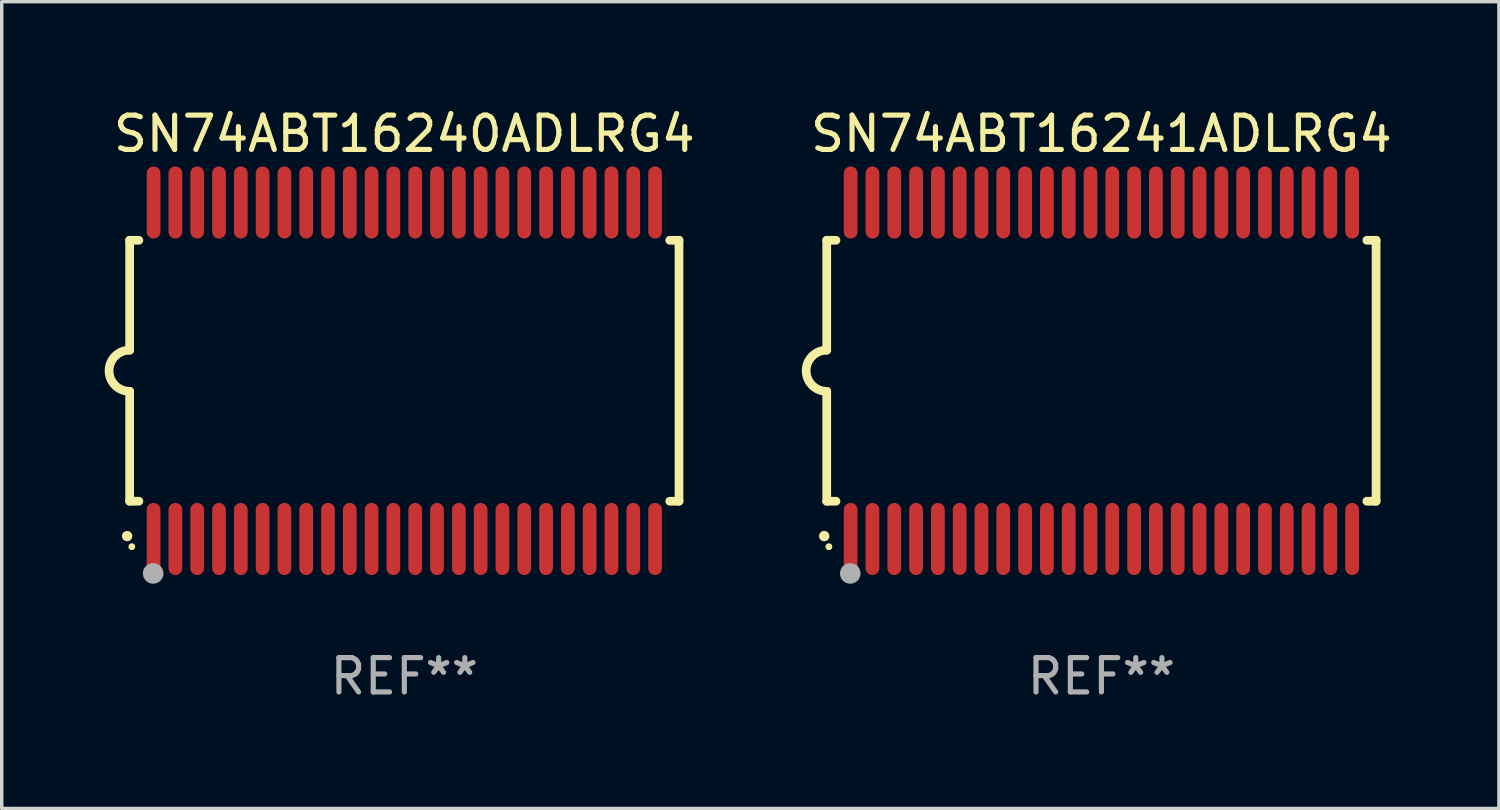
<source format=kicad_pcb>
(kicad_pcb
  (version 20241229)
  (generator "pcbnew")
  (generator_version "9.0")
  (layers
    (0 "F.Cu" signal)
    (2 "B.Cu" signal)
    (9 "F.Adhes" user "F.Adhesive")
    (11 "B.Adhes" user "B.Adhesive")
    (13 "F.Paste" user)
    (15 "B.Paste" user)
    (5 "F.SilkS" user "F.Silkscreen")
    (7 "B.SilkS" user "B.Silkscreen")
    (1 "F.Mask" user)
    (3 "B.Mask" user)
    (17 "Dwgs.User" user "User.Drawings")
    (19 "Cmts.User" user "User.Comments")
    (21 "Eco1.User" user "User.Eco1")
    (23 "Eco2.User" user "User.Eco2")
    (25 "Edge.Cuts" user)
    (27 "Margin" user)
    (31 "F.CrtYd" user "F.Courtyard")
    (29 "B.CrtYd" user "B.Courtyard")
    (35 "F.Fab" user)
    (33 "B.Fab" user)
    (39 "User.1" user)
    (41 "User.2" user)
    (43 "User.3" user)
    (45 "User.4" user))
  (footprint "SN74ABT16241ADLRG4"
    (layer "F.Cu")
    (at 29.029 7.748)
    (property "Reference" "SN74ABT16241ADLRG4" (at 0 -6.9 0) (layer "F.SilkS") (effects (font (size 1 1) (thickness 0.15))))
    (attr through_hole)
    (fp_line (start -8 -3.8) (end -8 -0.599) (stroke (width 0.254) (type solid)) (layer "F.SilkS"))
    (fp_line (start -8 -3.8) (end -7.731 -3.8) (stroke (width 0.254) (type solid)) (layer "F.SilkS"))
    (fp_line (start -8 3.8) (end -8 0.599) (stroke (width 0.254) (type solid)) (layer "F.SilkS"))
    (fp_line (start -7.731 3.8) (end -8 3.8) (stroke (width 0.254) (type solid)) (layer "F.SilkS"))
    (fp_line (start 7.731 -3.8) (end 8 -3.8) (stroke (width 0.254) (type solid)) (layer "F.SilkS"))
    (fp_line (start 8 -3.8) (end 8 3.8) (stroke (width 0.254) (type solid)) (layer "F.SilkS"))
    (fp_line (start 8 3.8) (end 7.731 3.8) (stroke (width 0.254) (type solid)) (layer "F.SilkS"))
    (fp_arc (start -8.074676 4.81585) (mid -8.073406 4.815845) (end -8.072136 4.81585) (stroke (width 0.3) (type solid)) (layer "F.SilkS"))
    (fp_arc (start -8.000025 0.6) (mid -8.598908 0.00056) (end -8.000027 -0.598882) (stroke (width 0.254001) (type solid)) (layer "F.SilkS"))
    (fp_circle (center -7.937 5.125) (end -7.887 5.125) (stroke (width 0.1) (type solid)) (fill no) (layer "F.SilkS"))
    (fp_circle (center -7.315 5.903) (end -7.165 5.903) (stroke (width 0.3) (type solid)) (fill no) (layer "F.Fab"))
    (fp_text user "REF**" (at 0 8.9 0) (layer "F.Fab") (effects (font (size 1 1) (thickness 0.15))))
    (pad "1" smd oval (at -7.303 4.9) (size 0.4 2.1) (layers "F.Cu" "F.Mask" "F.Paste"))
    (pad "2" smd oval (at -6.668 4.9) (size 0.4 2.1) (layers "F.Cu" "F.Mask" "F.Paste"))
    (pad "3" smd oval (at -6.033 4.9) (size 0.4 2.1) (layers "F.Cu" "F.Mask" "F.Paste"))
    (pad "4" smd oval (at -5.398 4.9) (size 0.4 2.1) (layers "F.Cu" "F.Mask" "F.Paste"))
    (pad "5" smd oval (at -4.763 4.9) (size 0.4 2.1) (layers "F.Cu" "F.Mask" "F.Paste"))
    (pad "6" smd oval (at -4.128 4.9) (size 0.4 2.1) (layers "F.Cu" "F.Mask" "F.Paste"))
    (pad "7" smd oval (at -3.493 4.9) (size 0.4 2.1) (layers "F.Cu" "F.Mask" "F.Paste"))
    (pad "8" smd oval (at -2.858 4.9) (size 0.4 2.1) (layers "F.Cu" "F.Mask" "F.Paste"))
    (pad "9" smd oval (at -2.223 4.9) (size 0.4 2.1) (layers "F.Cu" "F.Mask" "F.Paste"))
    (pad "10" smd oval (at -1.588 4.9) (size 0.4 2.1) (layers "F.Cu" "F.Mask" "F.Paste"))
    (pad "11" smd oval (at -0.953 4.9) (size 0.4 2.1) (layers "F.Cu" "F.Mask" "F.Paste"))
    (pad "12" smd oval (at -0.318 4.9) (size 0.4 2.1) (layers "F.Cu" "F.Mask" "F.Paste"))
    (pad "13" smd oval (at 0.318 4.9) (size 0.4 2.1) (layers "F.Cu" "F.Mask" "F.Paste"))
    (pad "14" smd oval (at 0.953 4.9) (size 0.4 2.1) (layers "F.Cu" "F.Mask" "F.Paste"))
    (pad "15" smd oval (at 1.588 4.9) (size 0.4 2.1) (layers "F.Cu" "F.Mask" "F.Paste"))
    (pad "16" smd oval (at 2.223 4.9) (size 0.4 2.1) (layers "F.Cu" "F.Mask" "F.Paste"))
    (pad "17" smd oval (at 2.858 4.9) (size 0.4 2.1) (layers "F.Cu" "F.Mask" "F.Paste"))
    (pad "18" smd oval (at 3.493 4.9) (size 0.4 2.1) (layers "F.Cu" "F.Mask" "F.Paste"))
    (pad "19" smd oval (at 4.128 4.9) (size 0.4 2.1) (layers "F.Cu" "F.Mask" "F.Paste"))
    (pad "20" smd oval (at 4.763 4.9) (size 0.4 2.1) (layers "F.Cu" "F.Mask" "F.Paste"))
    (pad "21" smd oval (at 5.398 4.9) (size 0.4 2.1) (layers "F.Cu" "F.Mask" "F.Paste"))
    (pad "22" smd oval (at 6.033 4.9) (size 0.4 2.1) (layers "F.Cu" "F.Mask" "F.Paste"))
    (pad "23" smd oval (at 6.668 4.9) (size 0.4 2.1) (layers "F.Cu" "F.Mask" "F.Paste"))
    (pad "24" smd oval (at 7.303 4.9) (size 0.4 2.1) (layers "F.Cu" "F.Mask" "F.Paste"))
    (pad "25" smd oval (at 7.303 -4.9 180) (size 0.4 2.1) (layers "F.Cu" "F.Mask" "F.Paste"))
    (pad "26" smd oval (at 6.668 -4.9 180) (size 0.4 2.1) (layers "F.Cu" "F.Mask" "F.Paste"))
    (pad "27" smd oval (at 6.033 -4.9 180) (size 0.4 2.1) (layers "F.Cu" "F.Mask" "F.Paste"))
    (pad "28" smd oval (at 5.398 -4.9 180) (size 0.4 2.1) (layers "F.Cu" "F.Mask" "F.Paste"))
    (pad "29" smd oval (at 4.763 -4.9 180) (size 0.4 2.1) (layers "F.Cu" "F.Mask" "F.Paste"))
    (pad "30" smd oval (at 4.128 -4.9 180) (size 0.4 2.1) (layers "F.Cu" "F.Mask" "F.Paste"))
    (pad "31" smd oval (at 3.493 -4.9 180) (size 0.4 2.1) (layers "F.Cu" "F.Mask" "F.Paste"))
    (pad "32" smd oval (at 2.858 -4.9 180) (size 0.4 2.1) (layers "F.Cu" "F.Mask" "F.Paste"))
    (pad "33" smd oval (at 2.223 -4.9 180) (size 0.4 2.1) (layers "F.Cu" "F.Mask" "F.Paste"))
    (pad "34" smd oval (at 1.588 -4.9 180) (size 0.4 2.1) (layers "F.Cu" "F.Mask" "F.Paste"))
    (pad "35" smd oval (at 0.953 -4.9 180) (size 0.4 2.1) (layers "F.Cu" "F.Mask" "F.Paste"))
    (pad "36" smd oval (at 0.318 -4.9 180) (size 0.4 2.1) (layers "F.Cu" "F.Mask" "F.Paste"))
    (pad "37" smd oval (at -0.318 -4.9 180) (size 0.4 2.1) (layers "F.Cu" "F.Mask" "F.Paste"))
    (pad "38" smd oval (at -0.953 -4.9 180) (size 0.4 2.1) (layers "F.Cu" "F.Mask" "F.Paste"))
    (pad "39" smd oval (at -1.588 -4.9 180) (size 0.4 2.1) (layers "F.Cu" "F.Mask" "F.Paste"))
    (pad "40" smd oval (at -2.223 -4.9 180) (size 0.4 2.1) (layers "F.Cu" "F.Mask" "F.Paste"))
    (pad "41" smd oval (at -2.858 -4.9 180) (size 0.4 2.1) (layers "F.Cu" "F.Mask" "F.Paste"))
    (pad "42" smd oval (at -3.493 -4.9 180) (size 0.4 2.1) (layers "F.Cu" "F.Mask" "F.Paste"))
    (pad "43" smd oval (at -4.128 -4.9 180) (size 0.4 2.1) (layers "F.Cu" "F.Mask" "F.Paste"))
    (pad "44" smd oval (at -4.763 -4.9 180) (size 0.4 2.1) (layers "F.Cu" "F.Mask" "F.Paste"))
    (pad "45" smd oval (at -5.398 -4.9 180) (size 0.4 2.1) (layers "F.Cu" "F.Mask" "F.Paste"))
    (pad "46" smd oval (at -6.033 -4.9 180) (size 0.4 2.1) (layers "F.Cu" "F.Mask" "F.Paste"))
    (pad "47" smd oval (at -6.668 -4.9 180) (size 0.4 2.1) (layers "F.Cu" "F.Mask" "F.Paste"))
    (pad "48" smd oval (at -7.303 -4.9 180) (size 0.4 2.1) (layers "F.Cu" "F.Mask" "F.Paste")))
  (footprint "SN74ABT16240ADLRG4"
    (layer "F.Cu")
    (at 8.726 7.748)
    (property "Reference" "SN74ABT16240ADLRG4" (at 0 -6.9 0) (layer "F.SilkS") (effects (font (size 1 1) (thickness 0.15))))
    (attr through_hole)
    (fp_line (start -8 -3.8) (end -8 -0.599) (stroke (width 0.254) (type solid)) (layer "F.SilkS"))
    (fp_line (start -8 -3.8) (end -7.731 -3.8) (stroke (width 0.254) (type solid)) (layer "F.SilkS"))
    (fp_line (start -8 3.8) (end -8 0.599) (stroke (width 0.254) (type solid)) (layer "F.SilkS"))
    (fp_line (start -7.731 3.8) (end -8 3.8) (stroke (width 0.254) (type solid)) (layer "F.SilkS"))
    (fp_line (start 7.731 -3.8) (end 8 -3.8) (stroke (width 0.254) (type solid)) (layer "F.SilkS"))
    (fp_line (start 8 -3.8) (end 8 3.8) (stroke (width 0.254) (type solid)) (layer "F.SilkS"))
    (fp_line (start 8 3.8) (end 7.731 3.8) (stroke (width 0.254) (type solid)) (layer "F.SilkS"))
    (fp_arc (start -8.074676 4.81585) (mid -8.073406 4.815845) (end -8.072136 4.81585) (stroke (width 0.3) (type solid)) (layer "F.SilkS"))
    (fp_arc (start -8.000025 0.6) (mid -8.598908 0.00056) (end -8.000027 -0.598882) (stroke (width 0.254001) (type solid)) (layer "F.SilkS"))
    (fp_circle (center -7.937 5.125) (end -7.887 5.125) (stroke (width 0.1) (type solid)) (fill no) (layer "F.SilkS"))
    (fp_circle (center -7.315 5.903) (end -7.165 5.903) (stroke (width 0.3) (type solid)) (fill no) (layer "F.Fab"))
    (fp_text user "REF**" (at 0 8.9 0) (layer "F.Fab") (effects (font (size 1 1) (thickness 0.15))))
    (pad "1" smd oval (at -7.303 4.9) (size 0.4 2.1) (layers "F.Cu" "F.Mask" "F.Paste"))
    (pad "2" smd oval (at -6.668 4.9) (size 0.4 2.1) (layers "F.Cu" "F.Mask" "F.Paste"))
    (pad "3" smd oval (at -6.033 4.9) (size 0.4 2.1) (layers "F.Cu" "F.Mask" "F.Paste"))
    (pad "4" smd oval (at -5.398 4.9) (size 0.4 2.1) (layers "F.Cu" "F.Mask" "F.Paste"))
    (pad "5" smd oval (at -4.763 4.9) (size 0.4 2.1) (layers "F.Cu" "F.Mask" "F.Paste"))
    (pad "6" smd oval (at -4.128 4.9) (size 0.4 2.1) (layers "F.Cu" "F.Mask" "F.Paste"))
    (pad "7" smd oval (at -3.493 4.9) (size 0.4 2.1) (layers "F.Cu" "F.Mask" "F.Paste"))
    (pad "8" smd oval (at -2.858 4.9) (size 0.4 2.1) (layers "F.Cu" "F.Mask" "F.Paste"))
    (pad "9" smd oval (at -2.223 4.9) (size 0.4 2.1) (layers "F.Cu" "F.Mask" "F.Paste"))
    (pad "10" smd oval (at -1.588 4.9) (size 0.4 2.1) (layers "F.Cu" "F.Mask" "F.Paste"))
    (pad "11" smd oval (at -0.953 4.9) (size 0.4 2.1) (layers "F.Cu" "F.Mask" "F.Paste"))
    (pad "12" smd oval (at -0.318 4.9) (size 0.4 2.1) (layers "F.Cu" "F.Mask" "F.Paste"))
    (pad "13" smd oval (at 0.318 4.9) (size 0.4 2.1) (layers "F.Cu" "F.Mask" "F.Paste"))
    (pad "14" smd oval (at 0.953 4.9) (size 0.4 2.1) (layers "F.Cu" "F.Mask" "F.Paste"))
    (pad "15" smd oval (at 1.588 4.9) (size 0.4 2.1) (layers "F.Cu" "F.Mask" "F.Paste"))
    (pad "16" smd oval (at 2.223 4.9) (size 0.4 2.1) (layers "F.Cu" "F.Mask" "F.Paste"))
    (pad "17" smd oval (at 2.858 4.9) (size 0.4 2.1) (layers "F.Cu" "F.Mask" "F.Paste"))
    (pad "18" smd oval (at 3.493 4.9) (size 0.4 2.1) (layers "F.Cu" "F.Mask" "F.Paste"))
    (pad "19" smd oval (at 4.128 4.9) (size 0.4 2.1) (layers "F.Cu" "F.Mask" "F.Paste"))
    (pad "20" smd oval (at 4.763 4.9) (size 0.4 2.1) (layers "F.Cu" "F.Mask" "F.Paste"))
    (pad "21" smd oval (at 5.398 4.9) (size 0.4 2.1) (layers "F.Cu" "F.Mask" "F.Paste"))
    (pad "22" smd oval (at 6.033 4.9) (size 0.4 2.1) (layers "F.Cu" "F.Mask" "F.Paste"))
    (pad "23" smd oval (at 6.668 4.9) (size 0.4 2.1) (layers "F.Cu" "F.Mask" "F.Paste"))
    (pad "24" smd oval (at 7.303 4.9) (size 0.4 2.1) (layers "F.Cu" "F.Mask" "F.Paste"))
    (pad "25" smd oval (at 7.303 -4.9 180) (size 0.4 2.1) (layers "F.Cu" "F.Mask" "F.Paste"))
    (pad "26" smd oval (at 6.668 -4.9 180) (size 0.4 2.1) (layers "F.Cu" "F.Mask" "F.Paste"))
    (pad "27" smd oval (at 6.033 -4.9 180) (size 0.4 2.1) (layers "F.Cu" "F.Mask" "F.Paste"))
    (pad "28" smd oval (at 5.398 -4.9 180) (size 0.4 2.1) (layers "F.Cu" "F.Mask" "F.Paste"))
    (pad "29" smd oval (at 4.763 -4.9 180) (size 0.4 2.1) (layers "F.Cu" "F.Mask" "F.Paste"))
    (pad "30" smd oval (at 4.128 -4.9 180) (size 0.4 2.1) (layers "F.Cu" "F.Mask" "F.Paste"))
    (pad "31" smd oval (at 3.493 -4.9 180) (size 0.4 2.1) (layers "F.Cu" "F.Mask" "F.Paste"))
    (pad "32" smd oval (at 2.858 -4.9 180) (size 0.4 2.1) (layers "F.Cu" "F.Mask" "F.Paste"))
    (pad "33" smd oval (at 2.223 -4.9 180) (size 0.4 2.1) (layers "F.Cu" "F.Mask" "F.Paste"))
    (pad "34" smd oval (at 1.588 -4.9 180) (size 0.4 2.1) (layers "F.Cu" "F.Mask" "F.Paste"))
    (pad "35" smd oval (at 0.953 -4.9 180) (size 0.4 2.1) (layers "F.Cu" "F.Mask" "F.Paste"))
    (pad "36" smd oval (at 0.318 -4.9 180) (size 0.4 2.1) (layers "F.Cu" "F.Mask" "F.Paste"))
    (pad "37" smd oval (at -0.318 -4.9 180) (size 0.4 2.1) (layers "F.Cu" "F.Mask" "F.Paste"))
    (pad "38" smd oval (at -0.953 -4.9 180) (size 0.4 2.1) (layers "F.Cu" "F.Mask" "F.Paste"))
    (pad "39" smd oval (at -1.588 -4.9 180) (size 0.4 2.1) (layers "F.Cu" "F.Mask" "F.Paste"))
    (pad "40" smd oval (at -2.223 -4.9 180) (size 0.4 2.1) (layers "F.Cu" "F.Mask" "F.Paste"))
    (pad "41" smd oval (at -2.858 -4.9 180) (size 0.4 2.1) (layers "F.Cu" "F.Mask" "F.Paste"))
    (pad "42" smd oval (at -3.493 -4.9 180) (size 0.4 2.1) (layers "F.Cu" "F.Mask" "F.Paste"))
    (pad "43" smd oval (at -4.128 -4.9 180) (size 0.4 2.1) (layers "F.Cu" "F.Mask" "F.Paste"))
    (pad "44" smd oval (at -4.763 -4.9 180) (size 0.4 2.1) (layers "F.Cu" "F.Mask" "F.Paste"))
    (pad "45" smd oval (at -5.398 -4.9 180) (size 0.4 2.1) (layers "F.Cu" "F.Mask" "F.Paste"))
    (pad "46" smd oval (at -6.033 -4.9 180) (size 0.4 2.1) (layers "F.Cu" "F.Mask" "F.Paste"))
    (pad "47" smd oval (at -6.668 -4.9 180) (size 0.4 2.1) (layers "F.Cu" "F.Mask" "F.Paste"))
    (pad "48" smd oval (at -7.303 -4.9 180) (size 0.4 2.1) (layers "F.Cu" "F.Mask" "F.Paste")))
  (gr_rect
    (start -3 -3)
    (end 40.607 20.496)
    (stroke (width 0.1) (type default))
    (fill no)
    (layer "Edge.Cuts")))
</source>
